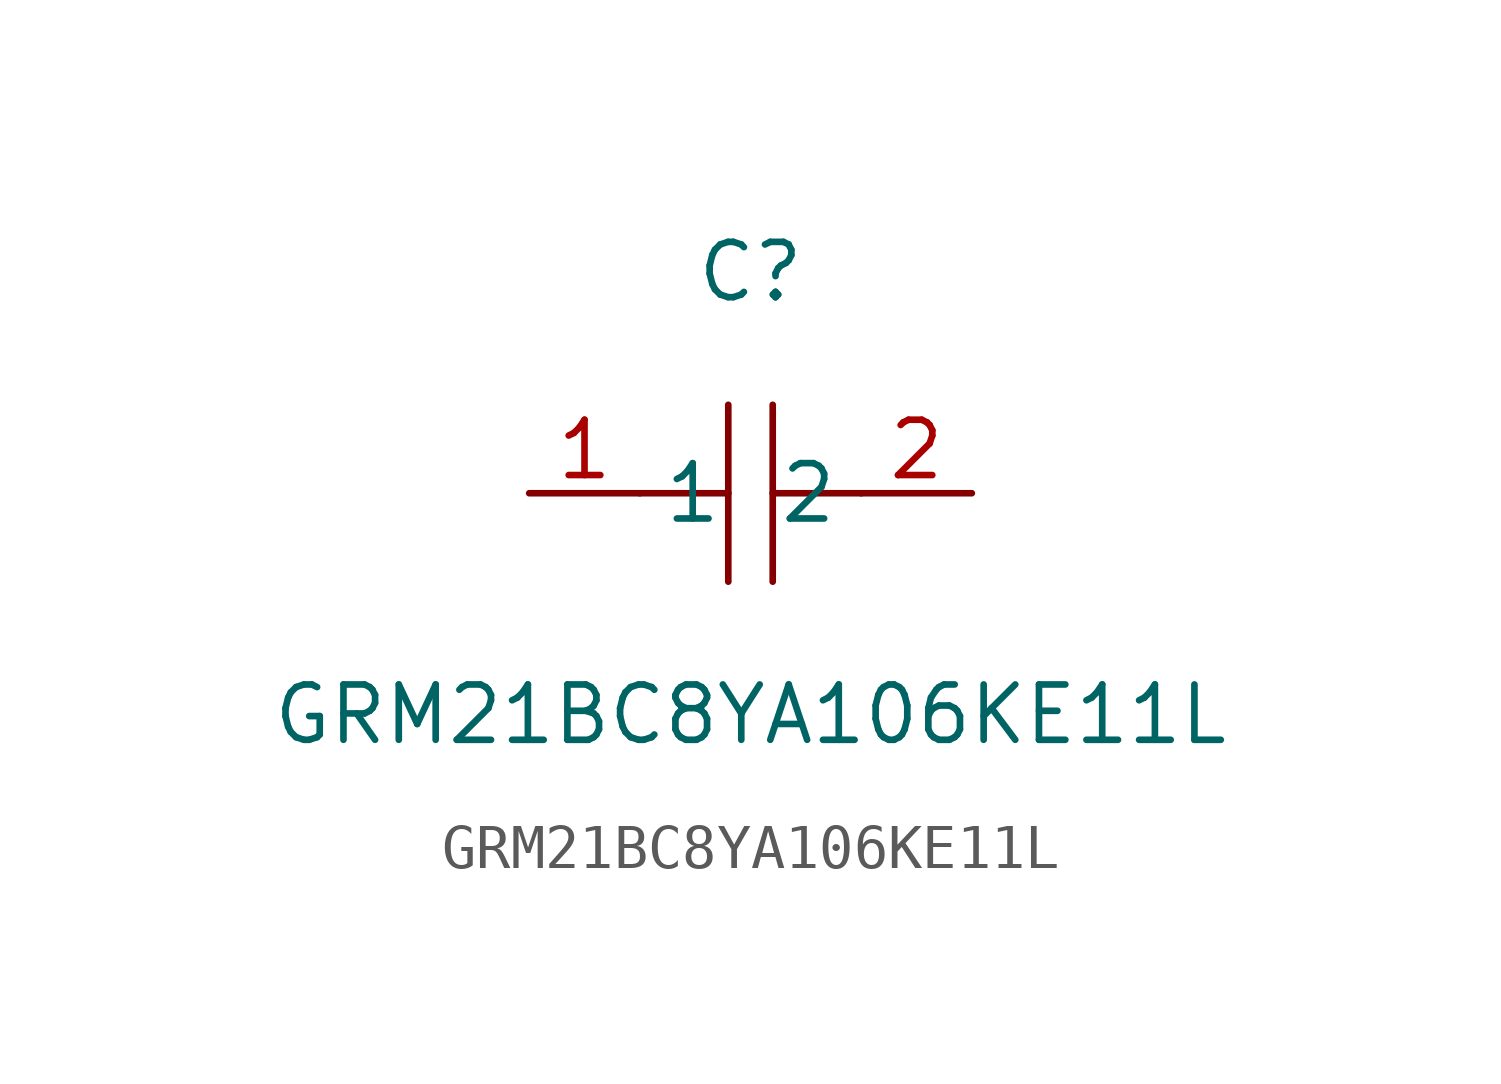
<source format=kicad_sym>
(kicad_symbol_lib
  (version 1)
  (generator "faebryk")
  (symbol "GRM21BC8YA106KE11L"
    (property "Reference" "C"
      (at 0 5.08 0)
      (effects (font (size 1.27 1.27)) (hide no)))
    (property "Value" "GRM21BC8YA106KE11L"
      (at 0 -5.08 0)
      (effects (font (size 1.27 1.27)) (hide no)))
    (symbol "GRM21BC8YA106KE11L_0_1"
      (polyline (stroke (width 0) (type default) (color 0 0 0 0)) (fill (type none)) (pts (xy -0.51 -2.03) (xy -0.51 2.03)))
      (polyline (stroke (width 0) (type default) (color 0 0 0 0)) (fill (type none)) (pts (xy 2.54 0) (xy 0.51 0)))
      (polyline (stroke (width 0) (type default) (color 0 0 0 0)) (fill (type none)) (pts (xy 0.51 2.03) (xy 0.51 -2.03)))
      (polyline (stroke (width 0) (type default) (color 0 0 0 0)) (fill (type none)) (pts (xy -0.51 0) (xy -2.54 0)))
      (pin unspecified line (at -5.08 0 0) (length 2.54) (name "1" (effects (font (size 1.27 1.27)) (hide no))) (number "1" (effects (font (size 1.27 1.27)) (hide no))))
      (pin unspecified line (at 5.08 0 180) (length 2.54) (name "2" (effects (font (size 1.27 1.27)) (hide no))) (number "2" (effects (font (size 1.27 1.27)) (hide no)))))))
</source>
